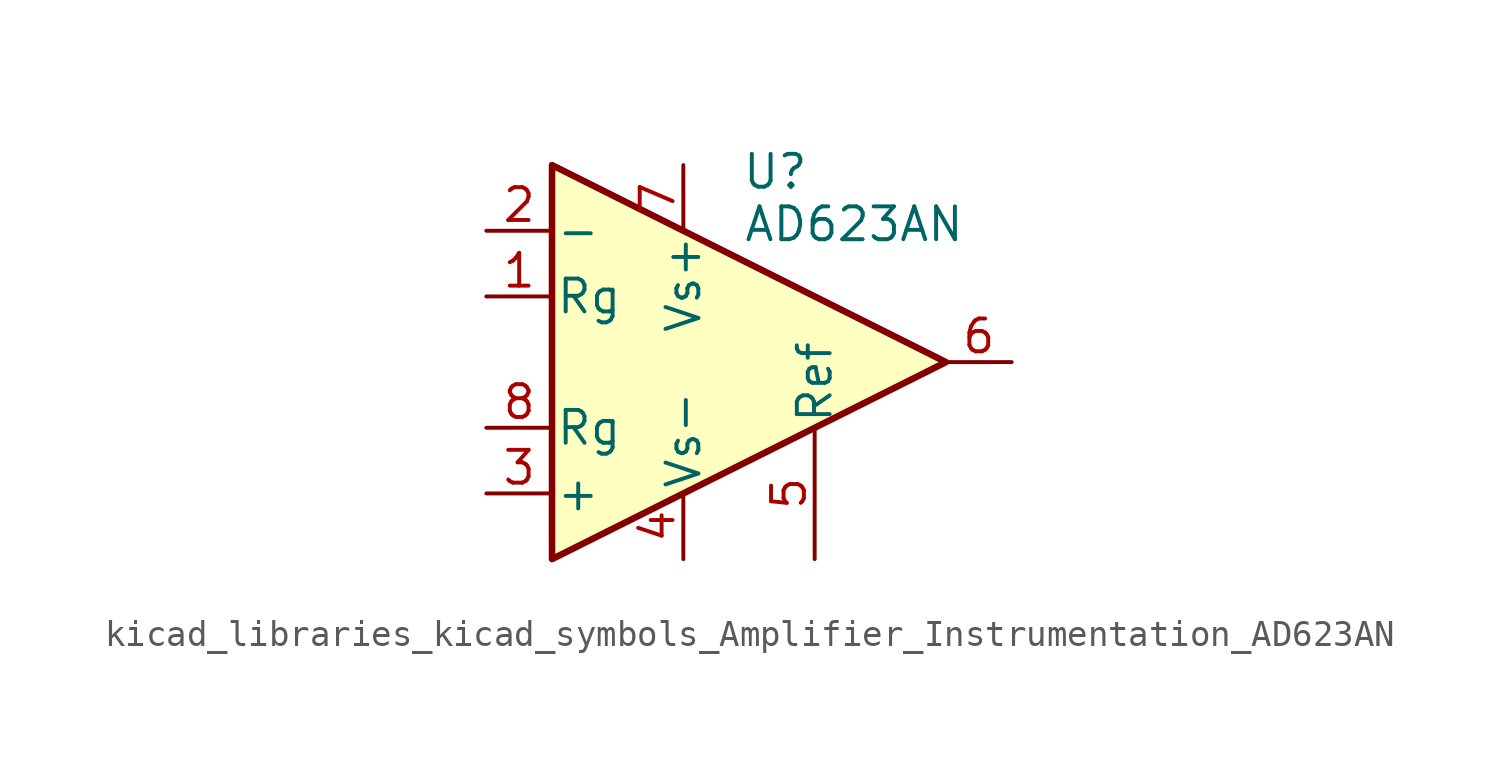
<source format=kicad_sym>
(kicad_symbol_lib
  (version 20220914)
  (generator kicad_symbol_editor)
  (symbol "kicad_libraries_kicad_symbols_Amplifier_Instrumentation_AD623AN"
    (pin_names
      (offset 0.127))
    (property "Reference" "U"
      (at 3.556 7.366 0)
      (effects (font (size 1.27 1.27))))
    (property "Value" "AD623AN"
      (at 6.604 5.334 0)
      (effects (font (size 1.27 1.27))))
    (symbol "kicad_libraries_kicad_symbols_Amplifier_Instrumentation_AD623AN_0_1"
      (polyline (pts (xy -5.08 7.62) (xy -5.08 -7.62) (xy 10.16 0) (xy -5.08 7.62)) (stroke (width 0.254) (type default)) (fill (type background))))
    (symbol "kicad_libraries_kicad_symbols_Amplifier_Instrumentation_AD623AN_1_1"
      (pin passive line (at -7.62 2.54 0) (length 2.54) (name "Rg" (effects (font (size 1.27 1.27)))) (number "1" (effects (font (size 1.27 1.27)))))
      (pin input line (at -7.62 5.08 0) (length 2.54) (name "-" (effects (font (size 1.27 1.27)))) (number "2" (effects (font (size 1.27 1.27)))))
      (pin input line (at -7.62 -5.08 0) (length 2.54) (name "+" (effects (font (size 1.27 1.27)))) (number "3" (effects (font (size 1.27 1.27)))))
      (pin power_in line (at 0 -7.62 90) (length 2.54) (name "Vs-" (effects (font (size 1.27 1.27)))) (number "4" (effects (font (size 1.27 1.27)))))
      (pin passive line (at 5.08 -7.62 90) (length 5.08) (name "Ref" (effects (font (size 1.27 1.27)))) (number "5" (effects (font (size 1.27 1.27)))))
      (pin output line (at 12.7 0 180) (length 2.54) (name "~" (effects (font (size 1.27 1.27)))) (number "6" (effects (font (size 1.27 1.27)))))
      (pin power_in line (at 0 7.62 270) (length 2.54) (name "Vs+" (effects (font (size 1.27 1.27)))) (number "7" (effects (font (size 1.27 1.27)))))
      (pin passive line (at -7.62 -2.54 0) (length 2.54) (name "Rg" (effects (font (size 1.27 1.27)))) (number "8" (effects (font (size 1.27 1.27))))))))
</source>
